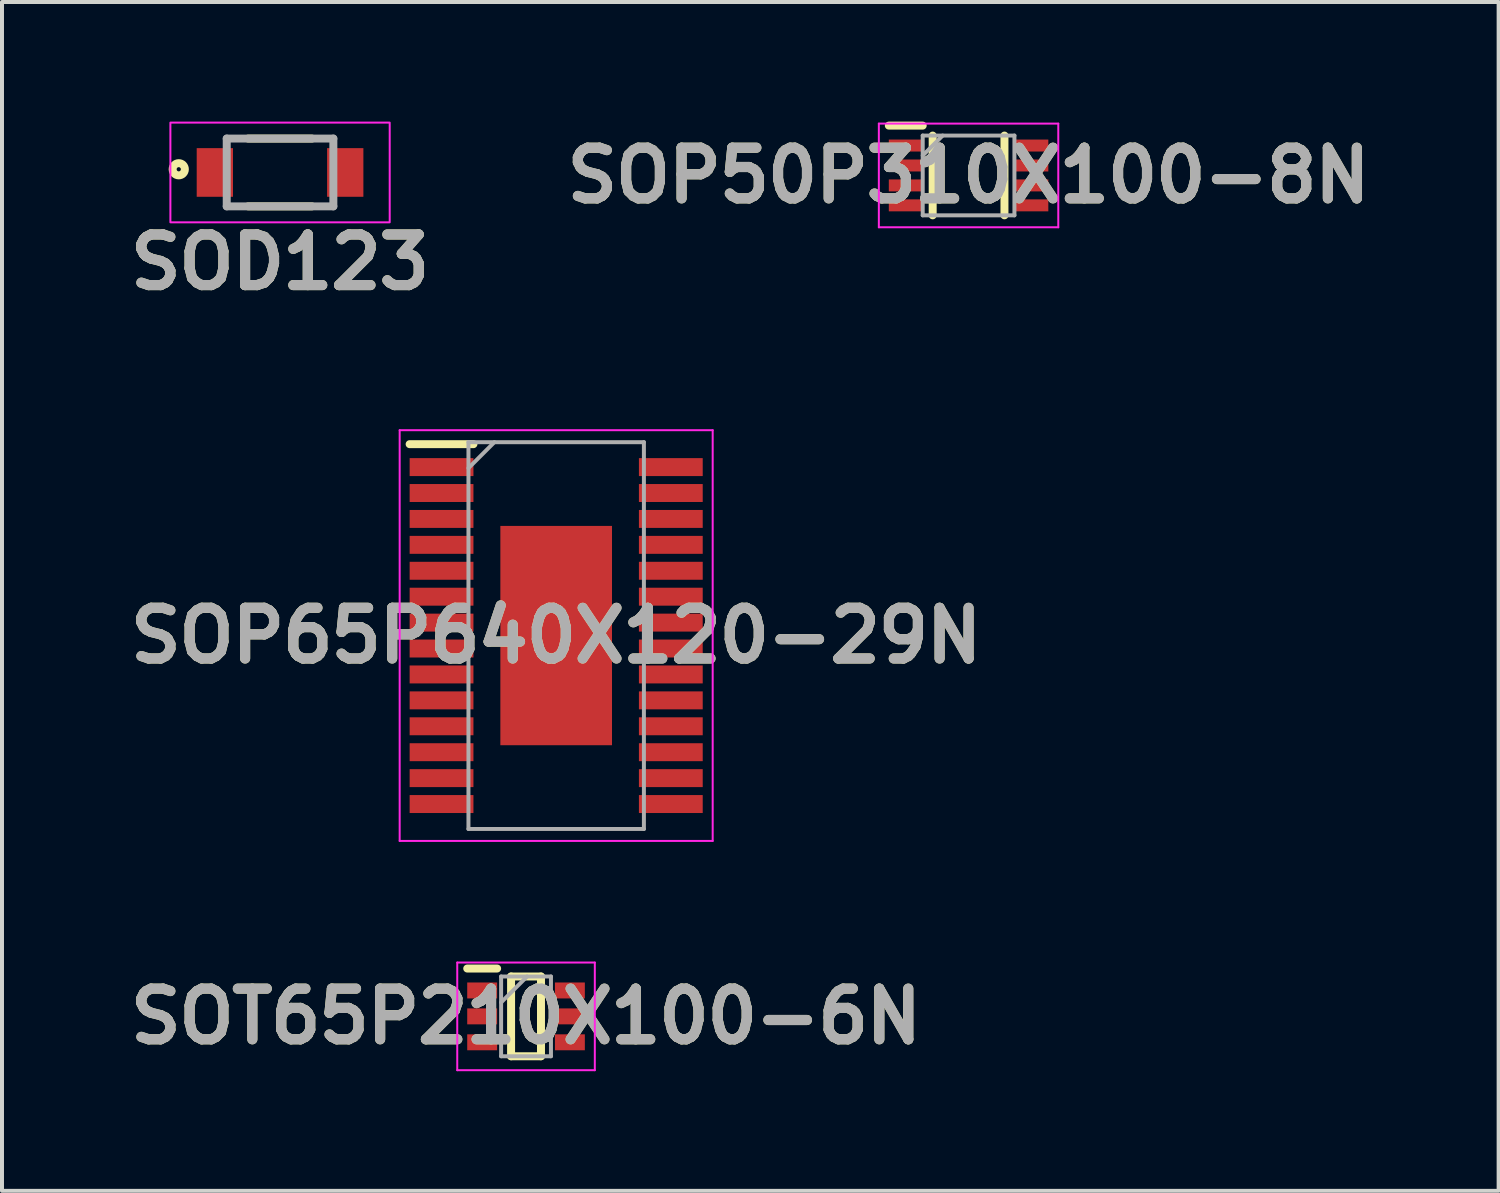
<source format=kicad_pcb>
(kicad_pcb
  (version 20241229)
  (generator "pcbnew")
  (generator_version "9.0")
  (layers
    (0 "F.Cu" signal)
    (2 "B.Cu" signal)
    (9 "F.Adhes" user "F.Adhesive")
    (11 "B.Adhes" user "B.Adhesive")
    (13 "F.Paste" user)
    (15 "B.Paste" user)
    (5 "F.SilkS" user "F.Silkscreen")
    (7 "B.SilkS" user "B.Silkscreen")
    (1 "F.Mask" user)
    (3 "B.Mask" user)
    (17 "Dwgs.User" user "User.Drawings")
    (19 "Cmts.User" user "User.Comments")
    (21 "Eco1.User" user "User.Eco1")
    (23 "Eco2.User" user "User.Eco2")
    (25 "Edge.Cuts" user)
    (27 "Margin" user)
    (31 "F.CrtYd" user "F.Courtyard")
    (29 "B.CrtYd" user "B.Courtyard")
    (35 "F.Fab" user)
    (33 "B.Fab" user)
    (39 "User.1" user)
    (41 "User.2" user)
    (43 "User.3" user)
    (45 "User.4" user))
  (footprint "SOT65P210X100-6N"
    (layer "F.Cu")
    (at 10.142 22.439)
    (property "Reference" "SOT65P210X100-6N" (at 0 0 0) (layer "F.SilkS") (effects (font (size 1.27 1.27) (thickness 0.254))))
    (attr smd)
    (fp_line (start -1.475 -1.2) (end -0.725 -1.2) (stroke (width 0.2) (type solid)) (layer "F.SilkS"))
    (fp_line (start -0.375 -1) (end 0.375 -1) (stroke (width 0.2) (type solid)) (layer "F.SilkS"))
    (fp_line (start -0.375 1) (end -0.375 -1) (stroke (width 0.2) (type solid)) (layer "F.SilkS"))
    (fp_line (start 0.375 -1) (end 0.375 1) (stroke (width 0.2) (type solid)) (layer "F.SilkS"))
    (fp_line (start 0.375 1) (end -0.375 1) (stroke (width 0.2) (type solid)) (layer "F.SilkS"))
    (fp_line (start -1.725 -1.35) (end 1.725 -1.35) (stroke (width 0.05) (type solid)) (layer "F.CrtYd"))
    (fp_line (start -1.725 1.35) (end -1.725 -1.35) (stroke (width 0.05) (type solid)) (layer "F.CrtYd"))
    (fp_line (start 1.725 -1.35) (end 1.725 1.35) (stroke (width 0.05) (type solid)) (layer "F.CrtYd"))
    (fp_line (start 1.725 1.35) (end -1.725 1.35) (stroke (width 0.05) (type solid)) (layer "F.CrtYd"))
    (fp_line (start -0.625 -1) (end 0.625 -1) (stroke (width 0.1) (type solid)) (layer "F.Fab"))
    (fp_line (start -0.625 -0.35) (end 0.025 -1) (stroke (width 0.1) (type solid)) (layer "F.Fab"))
    (fp_line (start -0.625 1) (end -0.625 -1) (stroke (width 0.1) (type solid)) (layer "F.Fab"))
    (fp_line (start 0.625 -1) (end 0.625 1) (stroke (width 0.1) (type solid)) (layer "F.Fab"))
    (fp_line (start 0.625 1) (end -0.625 1) (stroke (width 0.1) (type solid)) (layer "F.Fab"))
    (fp_text user "${REFERENCE}" (at 0 0 0) (layer "F.Fab") (effects (font (size 1.27 1.27) (thickness 0.254))))
    (pad "1" smd rect (at -1.1 -0.65 90) (size 0.4 0.75) (layers "F.Cu" "F.Mask" "F.Paste"))
    (pad "2" smd rect (at -1.1 0 90) (size 0.4 0.75) (layers "F.Cu" "F.Mask" "F.Paste"))
    (pad "3" smd rect (at -1.1 0.65 90) (size 0.4 0.75) (layers "F.Cu" "F.Mask" "F.Paste"))
    (pad "4" smd rect (at 1.1 0.65 90) (size 0.4 0.75) (layers "F.Cu" "F.Mask" "F.Paste"))
    (pad "5" smd rect (at 1.1 0 90) (size 0.4 0.75) (layers "F.Cu" "F.Mask" "F.Paste"))
    (pad "6" smd rect (at 1.1 -0.65 90) (size 0.4 0.75) (layers "F.Cu" "F.Mask" "F.Paste")))
  (footprint "SOP50P310X100-8N"
    (layer "F.Cu")
    (at 21.24 1.35)
    (property "Reference" "SOP50P310X100-8N" (at 0 0 0) (layer "F.SilkS") (effects (font (size 1.27 1.27) (thickness 0.254))))
    (attr smd)
    (fp_line (start -2 -1.25) (end -1.15 -1.25) (stroke (width 0.2) (type solid)) (layer "F.SilkS"))
    (fp_line (start -0.9 1) (end -0.9 -1) (stroke (width 0.2) (type solid)) (layer "F.SilkS"))
    (fp_line (start 0.9 -1) (end 0.9 1) (stroke (width 0.2) (type solid)) (layer "F.SilkS"))
    (fp_line (start -2.25 -1.3) (end 2.25 -1.3) (stroke (width 0.05) (type solid)) (layer "F.CrtYd"))
    (fp_line (start -2.25 1.3) (end -2.25 -1.3) (stroke (width 0.05) (type solid)) (layer "F.CrtYd"))
    (fp_line (start 2.25 -1.3) (end 2.25 1.3) (stroke (width 0.05) (type solid)) (layer "F.CrtYd"))
    (fp_line (start 2.25 1.3) (end -2.25 1.3) (stroke (width 0.05) (type solid)) (layer "F.CrtYd"))
    (fp_line (start -1.15 -1) (end 1.15 -1) (stroke (width 0.1) (type solid)) (layer "F.Fab"))
    (fp_line (start -1.15 -0.5) (end -0.65 -1) (stroke (width 0.1) (type solid)) (layer "F.Fab"))
    (fp_line (start -1.15 1) (end -1.15 -1) (stroke (width 0.1) (type solid)) (layer "F.Fab"))
    (fp_line (start 1.15 -1) (end 1.15 1) (stroke (width 0.1) (type solid)) (layer "F.Fab"))
    (fp_line (start 1.15 1) (end -1.15 1) (stroke (width 0.1) (type solid)) (layer "F.Fab"))
    (fp_text user "${REFERENCE}" (at 0 0 0) (layer "F.Fab") (effects (font (size 1.27 1.27) (thickness 0.254))))
    (pad "1" smd rect (at -1.575 -0.75 90) (size 0.3 0.85) (layers "F.Cu" "F.Mask" "F.Paste"))
    (pad "2" smd rect (at -1.575 -0.25 90) (size 0.3 0.85) (layers "F.Cu" "F.Mask" "F.Paste"))
    (pad "3" smd rect (at -1.575 0.25 90) (size 0.3 0.85) (layers "F.Cu" "F.Mask" "F.Paste"))
    (pad "4" smd rect (at -1.575 0.75 90) (size 0.3 0.85) (layers "F.Cu" "F.Mask" "F.Paste"))
    (pad "5" smd rect (at 1.575 0.75 90) (size 0.3 0.85) (layers "F.Cu" "F.Mask" "F.Paste"))
    (pad "6" smd rect (at 1.575 0.25 90) (size 0.3 0.85) (layers "F.Cu" "F.Mask" "F.Paste"))
    (pad "7" smd rect (at 1.575 -0.25 90) (size 0.3 0.85) (layers "F.Cu" "F.Mask" "F.Paste"))
    (pad "8" smd rect (at 1.575 -0.75 90) (size 0.3 0.85) (layers "F.Cu" "F.Mask" "F.Paste")))
  (footprint "SOP65P640X120-29N"
    (layer "F.Cu")
    (at 10.898 12.889)
    (property "Reference" "SOP65P640X120-29N" (at 0 0 0) (layer "F.SilkS") (effects (font (size 1.27 1.27) (thickness 0.254))))
    (attr smd)
    (fp_line (start -3.675 -4.8) (end -2.075 -4.8) (stroke (width 0.2) (type solid)) (layer "F.SilkS"))
    (fp_line (start -3.925 -5.15) (end 3.925 -5.15) (stroke (width 0.05) (type solid)) (layer "F.CrtYd"))
    (fp_line (start -3.925 5.15) (end -3.925 -5.15) (stroke (width 0.05) (type solid)) (layer "F.CrtYd"))
    (fp_line (start 3.925 -5.15) (end 3.925 5.15) (stroke (width 0.05) (type solid)) (layer "F.CrtYd"))
    (fp_line (start 3.925 5.15) (end -3.925 5.15) (stroke (width 0.05) (type solid)) (layer "F.CrtYd"))
    (fp_line (start -2.2 -4.85) (end 2.2 -4.85) (stroke (width 0.1) (type solid)) (layer "F.Fab"))
    (fp_line (start -2.2 -4.2) (end -1.55 -4.85) (stroke (width 0.1) (type solid)) (layer "F.Fab"))
    (fp_line (start -2.2 4.85) (end -2.2 -4.85) (stroke (width 0.1) (type solid)) (layer "F.Fab"))
    (fp_line (start 2.2 -4.85) (end 2.2 4.85) (stroke (width 0.1) (type solid)) (layer "F.Fab"))
    (fp_line (start 2.2 4.85) (end -2.2 4.85) (stroke (width 0.1) (type solid)) (layer "F.Fab"))
    (fp_text user "${REFERENCE}" (at 0 0 0) (layer "F.Fab") (effects (font (size 1.27 1.27) (thickness 0.254))))
    (pad "1" smd rect (at -2.875 -4.225 90) (size 0.45 1.6) (layers "F.Cu" "F.Mask" "F.Paste"))
    (pad "2" smd rect (at -2.875 -3.575 90) (size 0.45 1.6) (layers "F.Cu" "F.Mask" "F.Paste"))
    (pad "3" smd rect (at -2.875 -2.925 90) (size 0.45 1.6) (layers "F.Cu" "F.Mask" "F.Paste"))
    (pad "4" smd rect (at -2.875 -2.275 90) (size 0.45 1.6) (layers "F.Cu" "F.Mask" "F.Paste"))
    (pad "5" smd rect (at -2.875 -1.625 90) (size 0.45 1.6) (layers "F.Cu" "F.Mask" "F.Paste"))
    (pad "6" smd rect (at -2.875 -0.975 90) (size 0.45 1.6) (layers "F.Cu" "F.Mask" "F.Paste"))
    (pad "7" smd rect (at -2.875 -0.325 90) (size 0.45 1.6) (layers "F.Cu" "F.Mask" "F.Paste"))
    (pad "8" smd rect (at -2.875 0.325 90) (size 0.45 1.6) (layers "F.Cu" "F.Mask" "F.Paste"))
    (pad "9" smd rect (at -2.875 0.975 90) (size 0.45 1.6) (layers "F.Cu" "F.Mask" "F.Paste"))
    (pad "10" smd rect (at -2.875 1.625 90) (size 0.45 1.6) (layers "F.Cu" "F.Mask" "F.Paste"))
    (pad "11" smd rect (at -2.875 2.275 90) (size 0.45 1.6) (layers "F.Cu" "F.Mask" "F.Paste"))
    (pad "12" smd rect (at -2.875 2.925 90) (size 0.45 1.6) (layers "F.Cu" "F.Mask" "F.Paste"))
    (pad "13" smd rect (at -2.875 3.575 90) (size 0.45 1.6) (layers "F.Cu" "F.Mask" "F.Paste"))
    (pad "14" smd rect (at -2.875 4.225 90) (size 0.45 1.6) (layers "F.Cu" "F.Mask" "F.Paste"))
    (pad "15" smd rect (at 2.875 4.225 90) (size 0.45 1.6) (layers "F.Cu" "F.Mask" "F.Paste"))
    (pad "16" smd rect (at 2.875 3.575 90) (size 0.45 1.6) (layers "F.Cu" "F.Mask" "F.Paste"))
    (pad "17" smd rect (at 2.875 2.925 90) (size 0.45 1.6) (layers "F.Cu" "F.Mask" "F.Paste"))
    (pad "18" smd rect (at 2.875 2.275 90) (size 0.45 1.6) (layers "F.Cu" "F.Mask" "F.Paste"))
    (pad "19" smd rect (at 2.875 1.625 90) (size 0.45 1.6) (layers "F.Cu" "F.Mask" "F.Paste"))
    (pad "20" smd rect (at 2.875 0.975 90) (size 0.45 1.6) (layers "F.Cu" "F.Mask" "F.Paste"))
    (pad "21" smd rect (at 2.875 0.325 90) (size 0.45 1.6) (layers "F.Cu" "F.Mask" "F.Paste"))
    (pad "22" smd rect (at 2.875 -0.325 90) (size 0.45 1.6) (layers "F.Cu" "F.Mask" "F.Paste"))
    (pad "23" smd rect (at 2.875 -0.975 90) (size 0.45 1.6) (layers "F.Cu" "F.Mask" "F.Paste"))
    (pad "24" smd rect (at 2.875 -1.625 90) (size 0.45 1.6) (layers "F.Cu" "F.Mask" "F.Paste"))
    (pad "25" smd rect (at 2.875 -2.275 90) (size 0.45 1.6) (layers "F.Cu" "F.Mask" "F.Paste"))
    (pad "26" smd rect (at 2.875 -2.925 90) (size 0.45 1.6) (layers "F.Cu" "F.Mask" "F.Paste"))
    (pad "27" smd rect (at 2.875 -3.575 90) (size 0.45 1.6) (layers "F.Cu" "F.Mask" "F.Paste"))
    (pad "28" smd rect (at 2.875 -4.225 90) (size 0.45 1.6) (layers "F.Cu" "F.Mask" "F.Paste"))
    (pad "29" smd rect (at 0 0) (size 2.8 5.5) (layers "F.Cu" "F.Mask" "F.Paste")))
  (footprint "SOD123"
    (layer "F.Cu")
    (at 3.973 1.275)
    (property "Reference" "SOD123" (at 0 2.25 0) (layer "F.SilkS") (effects (font (size 1.27 1.27) (thickness 0.254))))
    (attr smd)
    (fp_line (start -0.8 -0.85) (end 0.8 -0.85) (stroke (width 0.2) (type solid)) (layer "F.SilkS"))
    (fp_line (start -0.8 0.85) (end 0.8 0.85) (stroke (width 0.2) (type solid)) (layer "F.SilkS"))
    (fp_circle (center -2.54 -0.08) (end -2.54 -0.027) (stroke (width 0.2) (type solid)) (fill no) (layer "F.SilkS"))
    (fp_rect (start -2.75 -1.25) (end 2.75 1.25) (stroke (width 0.05) (type default)) (fill no) (layer "F.CrtYd"))
    (fp_line (start -1.337 -0.85) (end 1.337 -0.85) (stroke (width 0.2) (type solid)) (layer "F.Fab"))
    (fp_line (start -1.337 0.85) (end -1.337 -0.85) (stroke (width 0.2) (type solid)) (layer "F.Fab"))
    (fp_line (start 1.337 -0.85) (end 1.337 0.85) (stroke (width 0.2) (type solid)) (layer "F.Fab"))
    (fp_line (start 1.337 0.85) (end -1.337 0.85) (stroke (width 0.2) (type solid)) (layer "F.Fab"))
    (fp_text user "${REFERENCE}" (at 0 2.25 0) (layer "F.Fab") (effects (font (size 1.27 1.27) (thickness 0.254))))
    (pad "1" smd rect (at -1.635 0) (size 0.91 1.22) (layers "F.Cu" "F.Mask" "F.Paste"))
    (pad "2" smd rect (at 1.635 0) (size 0.91 1.22) (layers "F.Cu" "F.Mask" "F.Paste")))
  (gr_rect
    (start -3 -3)
    (end 34.533 26.814)
    (stroke (width 0.1) (type default))
    (fill no)
    (layer "Edge.Cuts")))
</source>
